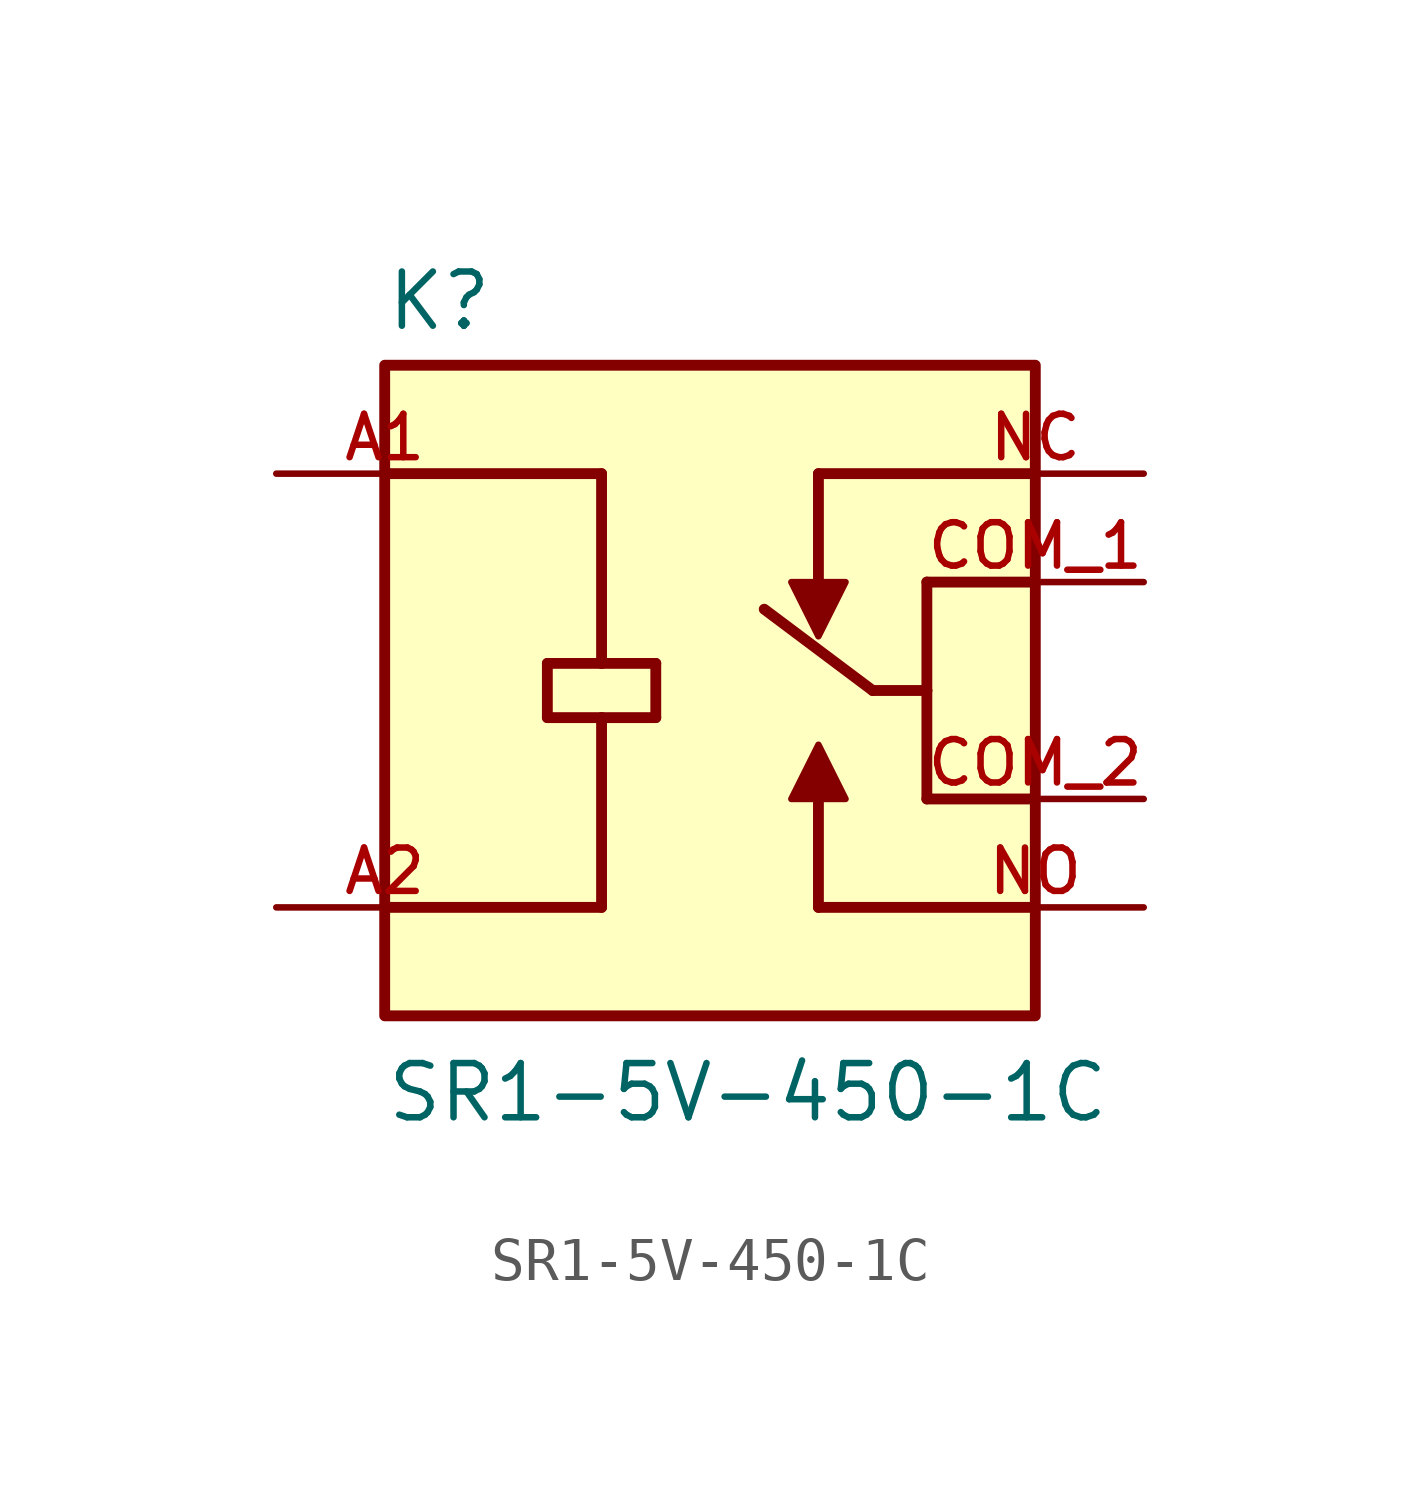
<source format=kicad_sym>
(kicad_symbol_lib
  (version 20211014)
  (generator kicad_symbol_editor)
  (symbol "SR1-5V-450-1C"
    (pin_names
      (offset 1.016))
    (property "Reference" "K"
      (at -7.62 8.382 0)
      (effects (font (size 1.27 1.27)) (justify bottom left)))
    (property "Value" "SR1-5V-450-1C"
      (at -7.62 -10.16 0)
      (effects (font (size 1.27 1.27)) (justify bottom left)))
    (symbol "SR1-5V-450-1C_0_0"
      (polyline (pts (xy 7.62 2.54) (xy 5.08 2.54)) (stroke (width 0.254)))
      (polyline (pts (xy 5.08 2.54) (xy 5.08 0.0)) (stroke (width 0.254)))
      (polyline (pts (xy 5.08 0.0) (xy 3.81 0.0)) (stroke (width 0.254)))
      (polyline (pts (xy 7.62 -5.08) (xy 2.54 -5.08)) (stroke (width 0.254)))
      (polyline (pts (xy 2.54 -5.08) (xy 2.54 -2.54)) (stroke (width 0.254)))
      (polyline (pts (xy 1.905 -2.54) (xy 3.175 -2.54) (xy 2.54 -1.27) (xy 1.905 -2.54)) (stroke (width 0.152)) (fill (type outline)))
      (polyline (pts (xy -7.62 5.08) (xy -2.54 5.08)) (stroke (width 0.254)))
      (polyline (pts (xy -3.81 0.635) (xy -2.54 0.635)) (stroke (width 0.254)))
      (polyline (pts (xy -2.54 0.635) (xy -1.27 0.635)) (stroke (width 0.254)))
      (polyline (pts (xy -1.27 0.635) (xy -1.27 -0.635)) (stroke (width 0.254)))
      (polyline (pts (xy -1.27 -0.635) (xy -2.54 -0.635)) (stroke (width 0.254)))
      (polyline (pts (xy -2.54 -0.635) (xy -3.81 -0.635)) (stroke (width 0.254)))
      (polyline (pts (xy -3.81 -0.635) (xy -3.81 0.635)) (stroke (width 0.254)))
      (polyline (pts (xy -7.62 -5.08) (xy -2.54 -5.08)) (stroke (width 0.254)))
      (polyline (pts (xy -2.54 5.08) (xy -2.54 0.635)) (stroke (width 0.254)))
      (polyline (pts (xy -2.54 -0.635) (xy -2.54 -5.08)) (stroke (width 0.254)))
      (polyline (pts (xy 2.54 5.08) (xy 2.54 2.54)) (stroke (width 0.254)))
      (polyline (pts (xy 3.175 2.54) (xy 1.905 2.54) (xy 2.54 1.27) (xy 3.175 2.54)) (stroke (width 0.152)) (fill (type outline)))
      (polyline (pts (xy 3.81 0.0) (xy 1.27 1.905)) (stroke (width 0.254)))
      (polyline (pts (xy 5.08 0.0) (xy 5.08 -2.54)) (stroke (width 0.254)))
      (polyline (pts (xy 5.08 -2.54) (xy 7.62 -2.54)) (stroke (width 0.254)))
      (polyline (pts (xy 7.62 5.08) (xy 2.54 5.08)) (stroke (width 0.254)))
      (rectangle (start -7.62 -7.62) (end 7.62 7.62) (stroke (width 0.254)) (fill (type background)))
      (pin passive line (at 10.16 2.54 180.0) (length 5.08) (name "~" (effects (font (size 1.016 1.016)))) (number "COM_1" (effects (font (size 1.016 1.016)))))
      (pin passive line (at 10.16 -5.08 180.0) (length 5.08) (name "~" (effects (font (size 1.016 1.016)))) (number "NO" (effects (font (size 1.016 1.016)))))
      (pin passive line (at -10.16 5.08 0) (length 5.08) (name "~" (effects (font (size 1.016 1.016)))) (number "A1" (effects (font (size 1.016 1.016)))))
      (pin passive line (at -10.16 -5.08 0) (length 5.08) (name "~" (effects (font (size 1.016 1.016)))) (number "A2" (effects (font (size 1.016 1.016)))))
      (pin passive line (at 10.16 5.08 180.0) (length 5.08) (name "~" (effects (font (size 1.016 1.016)))) (number "NC" (effects (font (size 1.016 1.016)))))
      (pin passive line (at 10.16 -2.54 180.0) (length 5.08) (name "~" (effects (font (size 1.016 1.016)))) (number "COM_2" (effects (font (size 1.016 1.016))))))))
</source>
